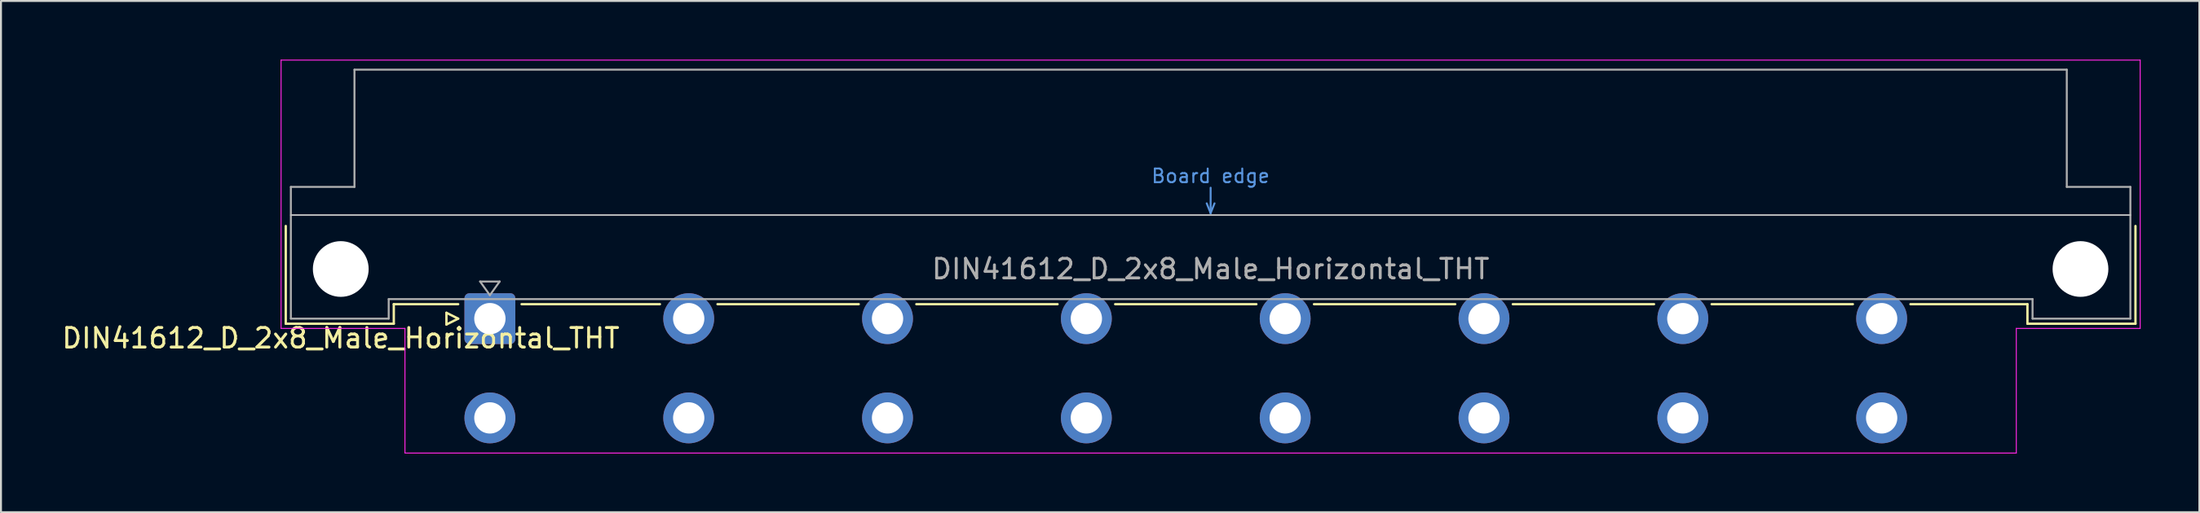
<source format=kicad_pcb>
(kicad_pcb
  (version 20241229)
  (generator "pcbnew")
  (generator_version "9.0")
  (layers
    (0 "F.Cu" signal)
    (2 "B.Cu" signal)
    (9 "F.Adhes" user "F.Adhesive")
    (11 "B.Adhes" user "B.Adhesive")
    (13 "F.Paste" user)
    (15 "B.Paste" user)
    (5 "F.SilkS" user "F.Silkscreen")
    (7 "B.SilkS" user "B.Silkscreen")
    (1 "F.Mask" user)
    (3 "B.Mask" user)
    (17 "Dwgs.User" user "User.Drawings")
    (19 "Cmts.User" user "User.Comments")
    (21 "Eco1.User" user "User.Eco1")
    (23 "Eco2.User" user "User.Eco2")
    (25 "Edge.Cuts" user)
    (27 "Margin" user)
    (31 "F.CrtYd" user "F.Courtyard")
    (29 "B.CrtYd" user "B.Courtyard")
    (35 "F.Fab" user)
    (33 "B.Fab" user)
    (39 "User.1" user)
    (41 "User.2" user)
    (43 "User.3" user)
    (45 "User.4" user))
  (footprint "DIN41612_D_2x8_Male_Horizontal_THT"
    (layer "F.Cu")
    (at 19.443 13.255)
    (property "Reference" "DIN41612_D_2x8_Male_Horizontal_THT" (at -5.08 1 0) (layer "F.SilkS") (effects (font (size 1 1) (thickness 0.15))))
    (attr through_hole)
    (fp_line (start -7.89 -4.74) (end -7.89 0.26) (stroke (width 0.12) (type solid)) (layer "F.SilkS"))
    (fp_line (start -7.89 0.26) (end -2.37 0.26) (stroke (width 0.12) (type solid)) (layer "F.SilkS"))
    (fp_line (start -2.371 -0.74) (end 0.92 -0.74) (stroke (width 0.12) (type solid)) (layer "F.SilkS"))
    (fp_line (start -2.37 0.26) (end -2.37 -0.74) (stroke (width 0.12) (type solid)) (layer "F.SilkS"))
    (fp_line (start 0.32 -0.3) (end 0.32 0.3) (stroke (width 0.12) (type solid)) (layer "F.SilkS"))
    (fp_line (start 0.32 0.3) (end 0.92 0) (stroke (width 0.12) (type solid)) (layer "F.SilkS"))
    (fp_line (start 0.92 0) (end 0.32 -0.3) (stroke (width 0.12) (type solid)) (layer "F.SilkS"))
    (fp_line (start 4.16 -0.74) (end 11.229 -0.74) (stroke (width 0.12) (type solid)) (layer "F.SilkS"))
    (fp_line (start 14.172 -0.74) (end 21.389 -0.74) (stroke (width 0.12) (type solid)) (layer "F.SilkS"))
    (fp_line (start 24.332 -0.74) (end 31.549 -0.74) (stroke (width 0.12) (type solid)) (layer "F.SilkS"))
    (fp_line (start 34.492 -0.74) (end 41.709 -0.74) (stroke (width 0.12) (type solid)) (layer "F.SilkS"))
    (fp_line (start 44.652 -0.74) (end 51.869 -0.74) (stroke (width 0.12) (type solid)) (layer "F.SilkS"))
    (fp_line (start 54.812 -0.74) (end 62.029 -0.74) (stroke (width 0.12) (type solid)) (layer "F.SilkS"))
    (fp_line (start 64.972 -0.74) (end 72.189 -0.74) (stroke (width 0.12) (type solid)) (layer "F.SilkS"))
    (fp_line (start 75.132 -0.74) (end 81.11 -0.74) (stroke (width 0.12) (type solid)) (layer "F.SilkS"))
    (fp_line (start 81.11 0.26) (end 81.11 -0.74) (stroke (width 0.12) (type solid)) (layer "F.SilkS"))
    (fp_line (start 86.63 -4.74) (end 86.63 0.26) (stroke (width 0.12) (type solid)) (layer "F.SilkS"))
    (fp_line (start 86.63 0.26) (end 81.11 0.26) (stroke (width 0.12) (type solid)) (layer "F.SilkS"))
    (fp_line (start -7.63 -5.3) (end 86.37 -5.3) (stroke (width 0.08) (type solid)) (layer "Dwgs.User"))
    (fp_line (start 39.17 -5.9) (end 39.37 -5.4) (stroke (width 0.1) (type solid)) (layer "Cmts.User"))
    (fp_line (start 39.37 -5.4) (end 39.37 -6.7) (stroke (width 0.1) (type solid)) (layer "Cmts.User"))
    (fp_line (start 39.37 -5.4) (end 39.57 -5.9) (stroke (width 0.1) (type solid)) (layer "Cmts.User"))
    (fp_line (start -8.13 -13.23) (end -8.13 0.5) (stroke (width 0.05) (type solid)) (layer "F.CrtYd"))
    (fp_line (start -8.13 0.5) (end -1.8 0.5) (stroke (width 0.05) (type solid)) (layer "F.CrtYd"))
    (fp_line (start -1.8 0.5) (end -1.8 6.88) (stroke (width 0.05) (type solid)) (layer "F.CrtYd"))
    (fp_line (start -1.8 6.88) (end 80.54 6.88) (stroke (width 0.05) (type solid)) (layer "F.CrtYd"))
    (fp_line (start 80.54 0.5) (end 86.87 0.5) (stroke (width 0.05) (type solid)) (layer "F.CrtYd"))
    (fp_line (start 80.54 6.88) (end 80.54 0.5) (stroke (width 0.05) (type solid)) (layer "F.CrtYd"))
    (fp_line (start 86.87 -13.23) (end -8.13 -13.23) (stroke (width 0.05) (type solid)) (layer "F.CrtYd"))
    (fp_line (start 86.87 0.5) (end 86.87 -13.23) (stroke (width 0.05) (type solid)) (layer "F.CrtYd"))
    (fp_line (start -7.63 -6.74) (end -7.63 0) (stroke (width 0.1) (type solid)) (layer "F.Fab"))
    (fp_line (start -7.63 0) (end -2.63 0) (stroke (width 0.1) (type solid)) (layer "F.Fab"))
    (fp_line (start -4.38 -12.74) (end -4.38 -6.74) (stroke (width 0.1) (type solid)) (layer "F.Fab"))
    (fp_line (start -4.38 -6.74) (end -7.63 -6.74) (stroke (width 0.1) (type solid)) (layer "F.Fab"))
    (fp_line (start -2.63 -1) (end 81.37 -1) (stroke (width 0.1) (type solid)) (layer "F.Fab"))
    (fp_line (start -2.63 0) (end -2.63 -1) (stroke (width 0.1) (type solid)) (layer "F.Fab"))
    (fp_line (start 2.04 -1.9) (end 3.04 -1.9) (stroke (width 0.1) (type solid)) (layer "F.Fab"))
    (fp_line (start 2.54 -1.2) (end 2.04 -1.9) (stroke (width 0.1) (type solid)) (layer "F.Fab"))
    (fp_line (start 3.04 -1.9) (end 2.54 -1.2) (stroke (width 0.1) (type solid)) (layer "F.Fab"))
    (fp_line (start 81.37 -1) (end 81.37 0) (stroke (width 0.1) (type solid)) (layer "F.Fab"))
    (fp_line (start 81.37 0) (end 86.37 0) (stroke (width 0.1) (type solid)) (layer "F.Fab"))
    (fp_line (start 83.12 -12.74) (end -4.38 -12.74) (stroke (width 0.1) (type solid)) (layer "F.Fab"))
    (fp_line (start 83.12 -6.74) (end 83.12 -12.74) (stroke (width 0.1) (type solid)) (layer "F.Fab"))
    (fp_line (start 86.37 -6.74) (end 83.12 -6.74) (stroke (width 0.1) (type solid)) (layer "F.Fab"))
    (fp_line (start 86.37 0) (end 86.37 -6.74) (stroke (width 0.1) (type solid)) (layer "F.Fab"))
    (fp_text user "Board edge" (at 39.37 -7.3 0) (layer "Cmts.User") (effects (font (size 0.7 0.7) (thickness 0.1))))
    (fp_text user "${REFERENCE}" (at 39.37 -2.54 0) (layer "F.Fab") (effects (font (size 1 1) (thickness 0.15))))
    (pad "" np_thru_hole circle (at -5.08 -2.54) (size 2.85 2.85) (drill 2.85) (layers "*.Cu" "*.Mask"))
    (pad "" np_thru_hole circle (at 83.82 -2.54) (size 2.85 2.85) (drill 2.85) (layers "*.Cu" "*.Mask"))
    (pad "a2" thru_hole roundrect (at 2.54 0) (size 2.6 2.6) (drill 1.6) (layers "*.Cu" "*.Mask") (roundrect_rratio 0.096))
    (pad "a6" thru_hole circle (at 12.7 0) (size 2.6 2.6) (drill 1.6) (layers "*.Cu" "*.Mask"))
    (pad "a10" thru_hole circle (at 22.86 0) (size 2.6 2.6) (drill 1.6) (layers "*.Cu" "*.Mask"))
    (pad "a14" thru_hole circle (at 33.02 0) (size 2.6 2.6) (drill 1.6) (layers "*.Cu" "*.Mask"))
    (pad "a18" thru_hole circle (at 43.18 0) (size 2.6 2.6) (drill 1.6) (layers "*.Cu" "*.Mask"))
    (pad "a22" thru_hole circle (at 53.34 0) (size 2.6 2.6) (drill 1.6) (layers "*.Cu" "*.Mask"))
    (pad "a26" thru_hole circle (at 63.5 0) (size 2.6 2.6) (drill 1.6) (layers "*.Cu" "*.Mask"))
    (pad "a30" thru_hole circle (at 73.66 0) (size 2.6 2.6) (drill 1.6) (layers "*.Cu" "*.Mask"))
    (pad "c2" thru_hole circle (at 2.54 5.08) (size 2.6 2.6) (drill 1.6) (layers "*.Cu" "*.Mask"))
    (pad "c6" thru_hole circle (at 12.7 5.08) (size 2.6 2.6) (drill 1.6) (layers "*.Cu" "*.Mask"))
    (pad "c10" thru_hole circle (at 22.86 5.08) (size 2.6 2.6) (drill 1.6) (layers "*.Cu" "*.Mask"))
    (pad "c14" thru_hole circle (at 33.02 5.08) (size 2.6 2.6) (drill 1.6) (layers "*.Cu" "*.Mask"))
    (pad "c18" thru_hole circle (at 43.18 5.08) (size 2.6 2.6) (drill 1.6) (layers "*.Cu" "*.Mask"))
    (pad "c22" thru_hole circle (at 53.34 5.08) (size 2.6 2.6) (drill 1.6) (layers "*.Cu" "*.Mask"))
    (pad "c26" thru_hole circle (at 63.5 5.08) (size 2.6 2.6) (drill 1.6) (layers "*.Cu" "*.Mask"))
    (pad "c30" thru_hole circle (at 73.66 5.08) (size 2.6 2.6) (drill 1.6) (layers "*.Cu" "*.Mask")))
  (gr_rect
    (start -3 -3)
    (end 109.338 23.16)
    (stroke (width 0.1) (type default))
    (fill no)
    (layer "Edge.Cuts")))
</source>
